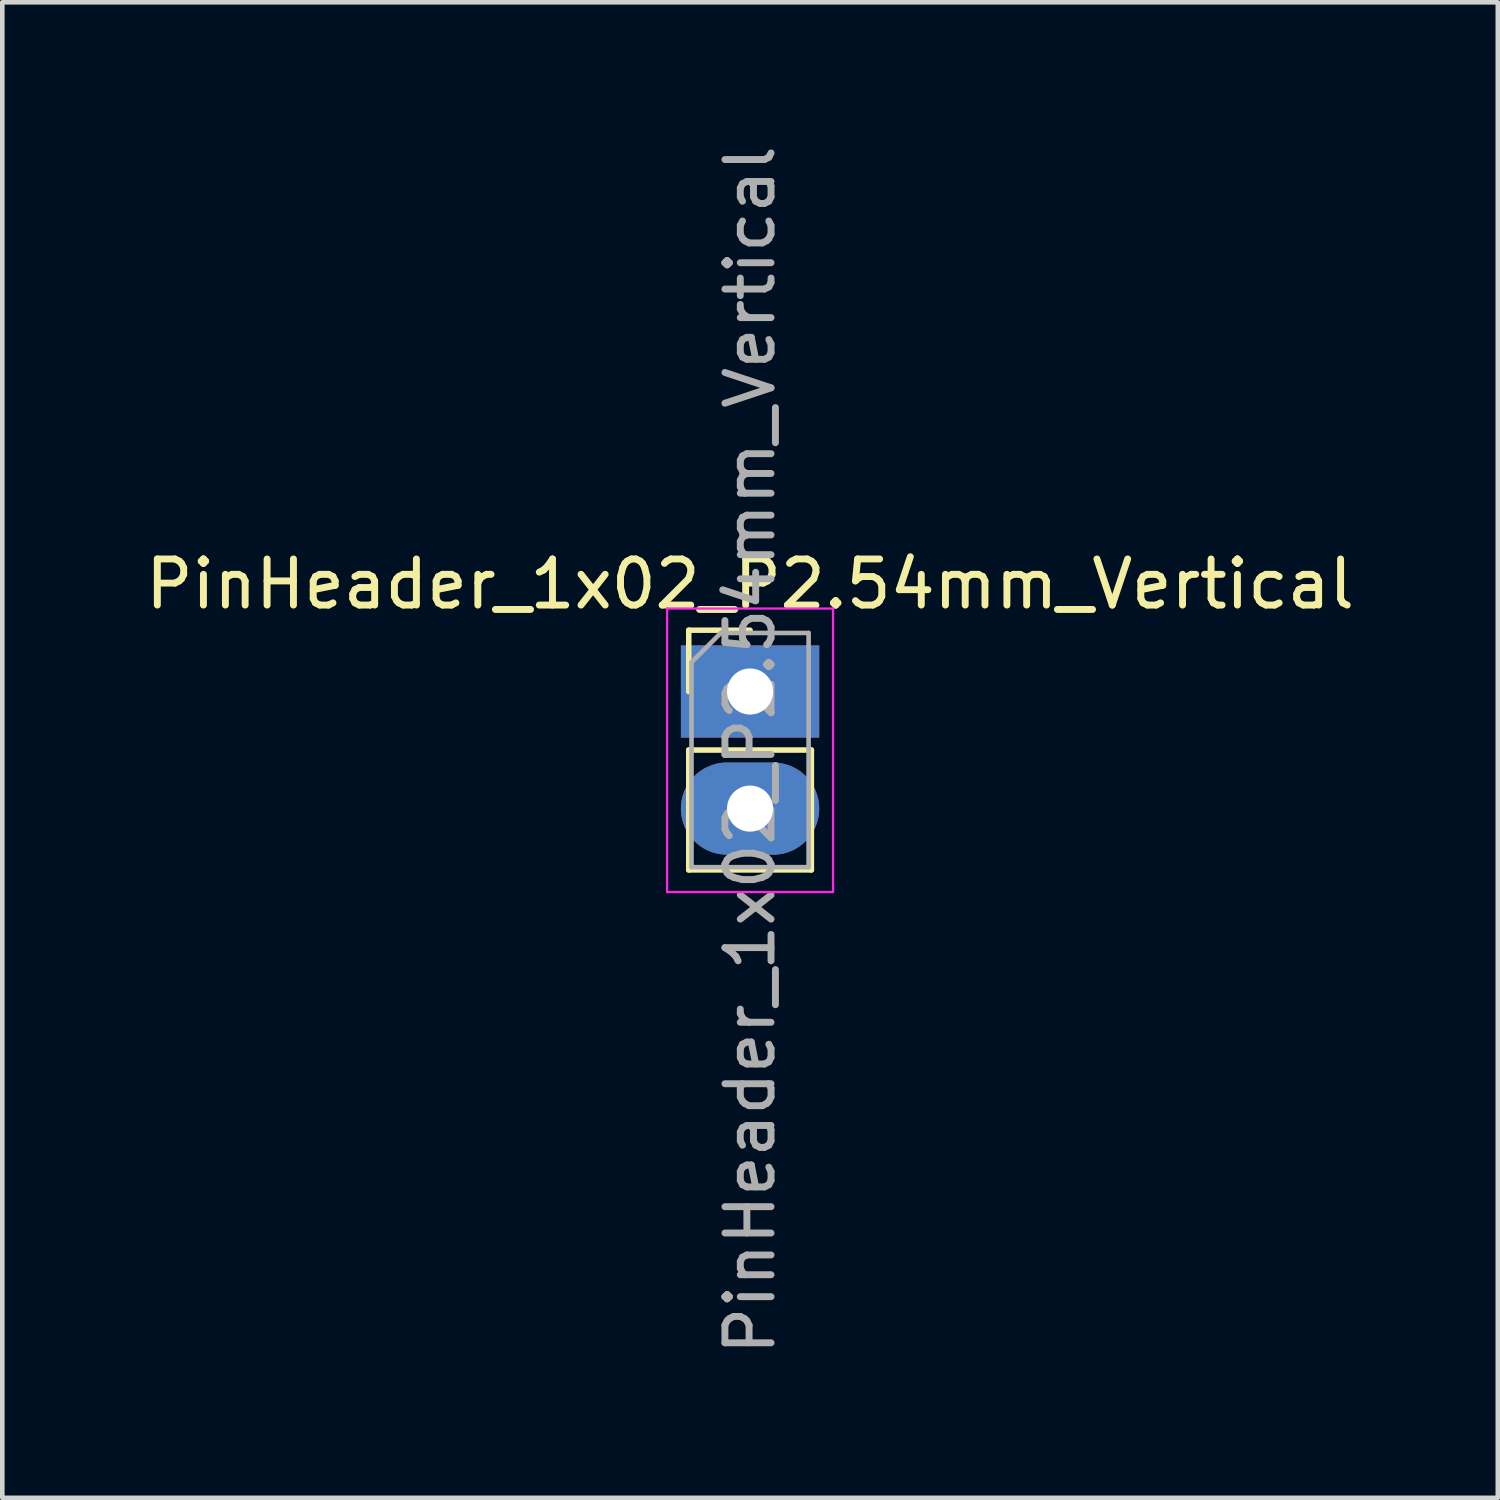
<source format=kicad_pcb>
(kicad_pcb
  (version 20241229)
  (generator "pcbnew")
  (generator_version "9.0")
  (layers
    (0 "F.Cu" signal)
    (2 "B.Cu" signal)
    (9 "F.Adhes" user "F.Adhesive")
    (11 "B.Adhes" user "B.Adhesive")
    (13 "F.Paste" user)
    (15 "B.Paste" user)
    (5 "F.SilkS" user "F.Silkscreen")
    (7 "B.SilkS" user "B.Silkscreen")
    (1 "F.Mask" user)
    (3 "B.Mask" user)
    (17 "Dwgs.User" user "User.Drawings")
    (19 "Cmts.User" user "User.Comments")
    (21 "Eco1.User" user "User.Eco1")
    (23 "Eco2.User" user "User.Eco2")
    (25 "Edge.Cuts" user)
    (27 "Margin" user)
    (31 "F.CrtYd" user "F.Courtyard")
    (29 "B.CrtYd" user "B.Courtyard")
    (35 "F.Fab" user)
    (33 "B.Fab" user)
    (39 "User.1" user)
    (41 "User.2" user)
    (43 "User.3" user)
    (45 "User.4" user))
  (footprint "PinHeader_1x02_P2.54mm_Vertical"
    (layer "F.Cu")
    (at 13.22 11.95)
    (property "Reference" "PinHeader_1x02_P2.54mm_Vertical" (at 0 -2.33 0) (layer "F.SilkS") (effects (font (size 1 1) (thickness 0.15))))
    (attr through_hole)
    (fp_line (start -1.33 -1.33) (end 0 -1.33) (stroke (width 0.12) (type solid)) (layer "F.SilkS"))
    (fp_line (start -1.33 0) (end -1.33 -1.33) (stroke (width 0.12) (type solid)) (layer "F.SilkS"))
    (fp_line (start -1.33 1.27) (end -1.33 3.87) (stroke (width 0.12) (type solid)) (layer "F.SilkS"))
    (fp_line (start -1.33 1.27) (end 1.33 1.27) (stroke (width 0.12) (type solid)) (layer "F.SilkS"))
    (fp_line (start -1.33 3.87) (end 1.33 3.87) (stroke (width 0.12) (type solid)) (layer "F.SilkS"))
    (fp_line (start 1.33 1.27) (end 1.33 3.87) (stroke (width 0.12) (type solid)) (layer "F.SilkS"))
    (fp_line (start -1.8 -1.8) (end -1.8 4.35) (stroke (width 0.05) (type solid)) (layer "F.CrtYd"))
    (fp_line (start -1.8 4.35) (end 1.8 4.35) (stroke (width 0.05) (type solid)) (layer "F.CrtYd"))
    (fp_line (start 1.8 -1.8) (end -1.8 -1.8) (stroke (width 0.05) (type solid)) (layer "F.CrtYd"))
    (fp_line (start 1.8 4.35) (end 1.8 -1.8) (stroke (width 0.05) (type solid)) (layer "F.CrtYd"))
    (fp_line (start -1.27 -0.635) (end -0.635 -1.27) (stroke (width 0.1) (type solid)) (layer "F.Fab"))
    (fp_line (start -1.27 3.81) (end -1.27 -0.635) (stroke (width 0.1) (type solid)) (layer "F.Fab"))
    (fp_line (start -0.635 -1.27) (end 1.27 -1.27) (stroke (width 0.1) (type solid)) (layer "F.Fab"))
    (fp_line (start 1.27 -1.27) (end 1.27 3.81) (stroke (width 0.1) (type solid)) (layer "F.Fab"))
    (fp_line (start 1.27 3.81) (end -1.27 3.81) (stroke (width 0.1) (type solid)) (layer "F.Fab"))
    (fp_text user "${REFERENCE}" (at 0 1.27 90) (layer "F.Fab") (effects (font (size 1 1) (thickness 0.15))))
    (pad "1" thru_hole rect (at 0 0) (size 3 2) (drill 1) (layers "*.Cu" "*.Mask"))
    (pad "2" thru_hole oval (at 0 2.54) (size 3 2) (drill 1) (layers "*.Cu" "*.Mask")))
  (gr_rect
    (start -3 -3)
    (end 29.44 29.44)
    (stroke (width 0.1) (type default))
    (fill no)
    (layer "Edge.Cuts")))
</source>
